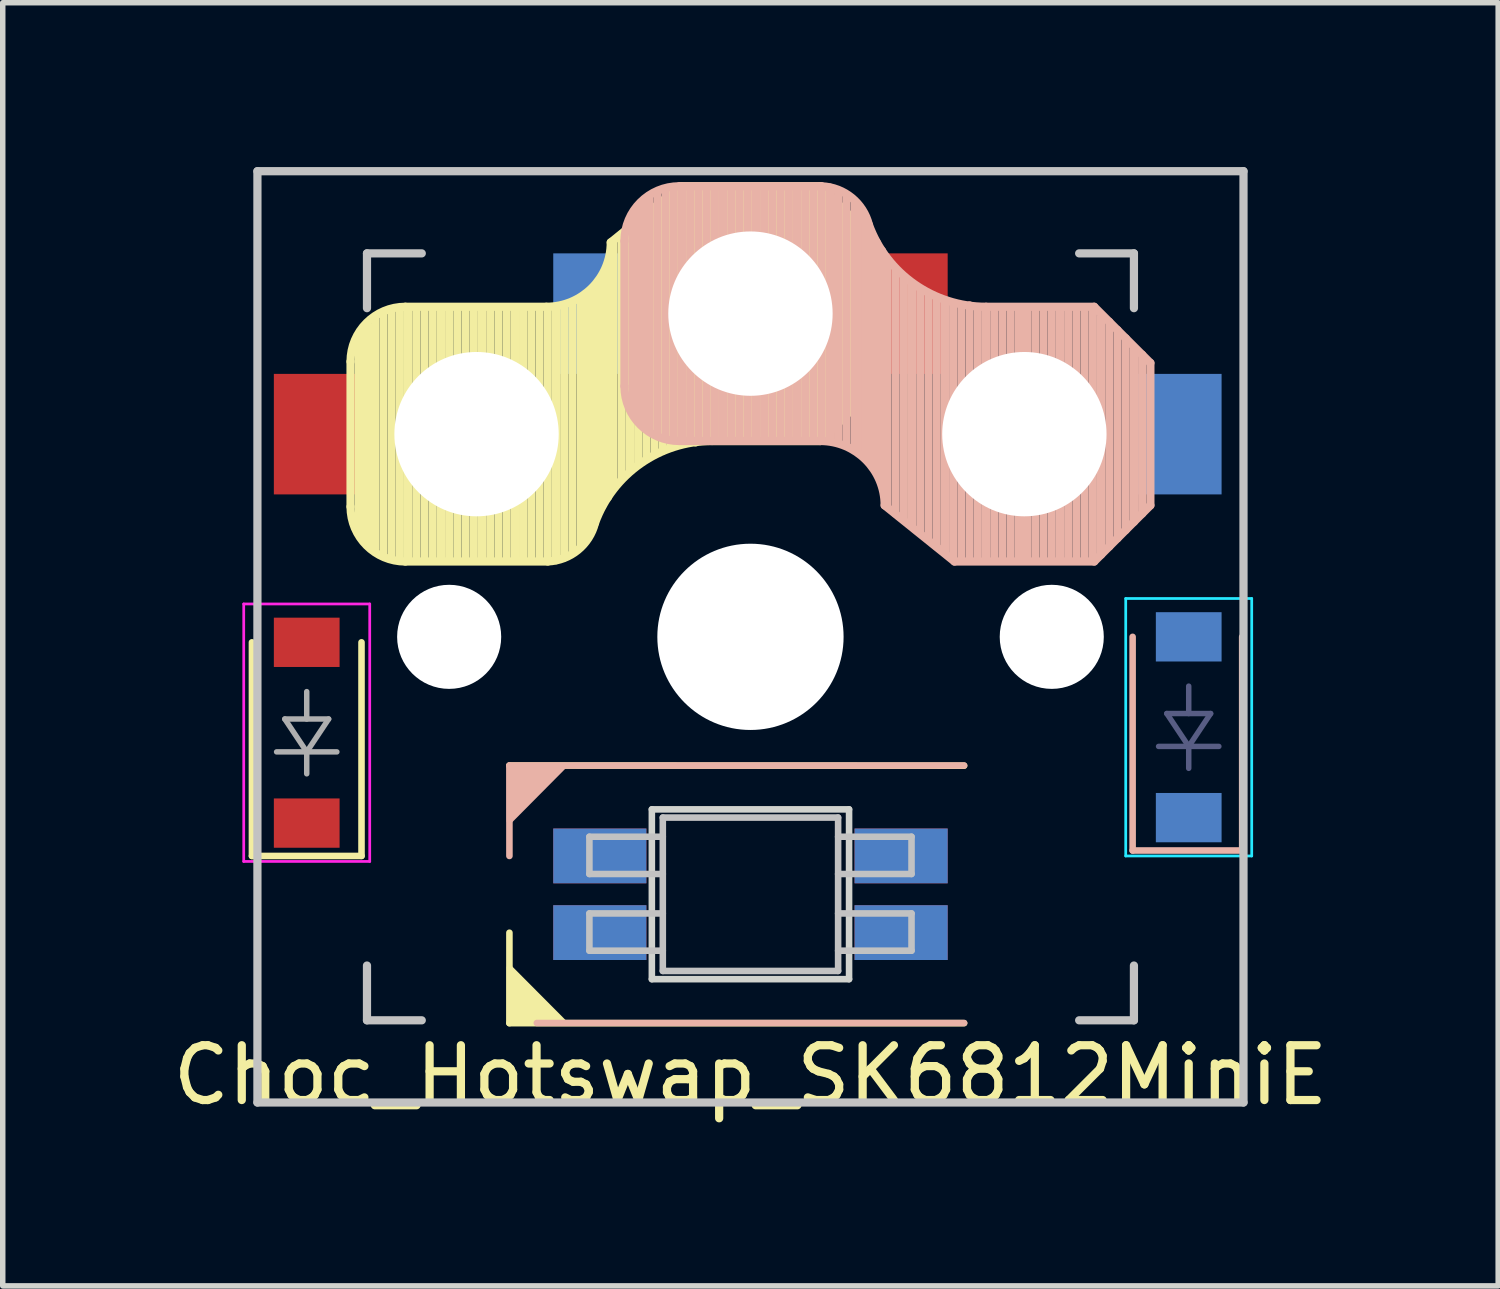
<source format=kicad_pcb>
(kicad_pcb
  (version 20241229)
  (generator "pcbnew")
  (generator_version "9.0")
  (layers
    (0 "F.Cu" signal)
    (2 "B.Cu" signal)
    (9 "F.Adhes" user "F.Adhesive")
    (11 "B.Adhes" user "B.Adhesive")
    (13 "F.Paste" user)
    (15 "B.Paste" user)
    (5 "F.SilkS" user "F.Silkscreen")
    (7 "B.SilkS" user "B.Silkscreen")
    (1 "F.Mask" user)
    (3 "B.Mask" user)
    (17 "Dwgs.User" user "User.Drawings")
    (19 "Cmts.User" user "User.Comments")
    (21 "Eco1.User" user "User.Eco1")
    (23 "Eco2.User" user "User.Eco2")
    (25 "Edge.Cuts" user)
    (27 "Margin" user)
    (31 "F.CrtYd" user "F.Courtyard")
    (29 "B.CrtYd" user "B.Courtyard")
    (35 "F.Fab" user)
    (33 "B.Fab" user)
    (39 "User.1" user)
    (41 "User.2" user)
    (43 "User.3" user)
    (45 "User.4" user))
  (footprint "Choc_Hotswap_SK6812MiniE"
    (layer "F.Cu")
    (at 10.649 8.575)
    (property "Reference" "Choc_Hotswap_SK6812MiniE" (at 0 8 180) (layer "F.SilkS") (effects (font (size 1 1) (thickness 0.15))))
    (attr through_hole)
    (fp_line (start -9.1 4) (end -9.1 0.1) (stroke (width 0.12) (type solid)) (layer "F.SilkS"))
    (fp_line (start -9.1 4) (end -7.1 4) (stroke (width 0.12) (type solid)) (layer "F.SilkS"))
    (fp_line (start -7.3 -5.025) (end -7.3 -2.375) (stroke (width 0.15) (type solid)) (layer "F.SilkS"))
    (fp_line (start -7.15 -1.95) (end -7.15 -5.5) (stroke (width 0.15) (type solid)) (layer "F.SilkS"))
    (fp_line (start -7.1 4) (end -7.1 0.1) (stroke (width 0.12) (type solid)) (layer "F.SilkS"))
    (fp_line (start -7.05 -1.8) (end -7.05 -5.55) (stroke (width 0.15) (type solid)) (layer "F.SilkS"))
    (fp_line (start -6.95 -1.7) (end -6.95 -5.65) (stroke (width 0.15) (type solid)) (layer "F.SilkS"))
    (fp_line (start -6.85 -1.6) (end -6.85 -5.8) (stroke (width 0.15) (type solid)) (layer "F.SilkS"))
    (fp_line (start -6.7 -1.5) (end -6.7 -5.9) (stroke (width 0.15) (type solid)) (layer "F.SilkS"))
    (fp_line (start -6.55 -1.45) (end -6.55 -5.95) (stroke (width 0.15) (type solid)) (layer "F.SilkS"))
    (fp_line (start -6.4 -1.4) (end -6.4 -5.95) (stroke (width 0.15) (type solid)) (layer "F.SilkS"))
    (fp_line (start -6.3 -6.025) (end -3.725 -6.025) (stroke (width 0.15) (type solid)) (layer "F.SilkS"))
    (fp_line (start -6.3 -1.375) (end -3.7 -1.375) (stroke (width 0.15) (type solid)) (layer "F.SilkS"))
    (fp_line (start -6.25 -1.4) (end -6.25 -6) (stroke (width 0.15) (type solid)) (layer "F.SilkS"))
    (fp_line (start -6.1 -1.4) (end -6.1 -6) (stroke (width 0.15) (type solid)) (layer "F.SilkS"))
    (fp_line (start -5.95 -1.4) (end -5.95 -6) (stroke (width 0.15) (type solid)) (layer "F.SilkS"))
    (fp_line (start -5.8 -1.4) (end -5.8 -6) (stroke (width 0.15) (type solid)) (layer "F.SilkS"))
    (fp_line (start -5.65 -1.4) (end -5.65 -6) (stroke (width 0.15) (type solid)) (layer "F.SilkS"))
    (fp_line (start -5.5 -1.4) (end -5.5 -6) (stroke (width 0.15) (type solid)) (layer "F.SilkS"))
    (fp_line (start -5.35 -1.4) (end -5.35 -6) (stroke (width 0.15) (type solid)) (layer "F.SilkS"))
    (fp_line (start -5.2 -1.4) (end -5.2 -6) (stroke (width 0.15) (type solid)) (layer "F.SilkS"))
    (fp_line (start -5.05 -1.4) (end -5.05 -6) (stroke (width 0.15) (type solid)) (layer "F.SilkS"))
    (fp_line (start -4.9 -1.4) (end -4.9 -6) (stroke (width 0.15) (type solid)) (layer "F.SilkS"))
    (fp_line (start -4.75 -1.4) (end -4.75 -6) (stroke (width 0.15) (type solid)) (layer "F.SilkS"))
    (fp_line (start -4.6 -1.4) (end -4.6 -6) (stroke (width 0.15) (type solid)) (layer "F.SilkS"))
    (fp_line (start -4.45 -1.4) (end -4.45 -6) (stroke (width 0.15) (type solid)) (layer "F.SilkS"))
    (fp_line (start -4.4 2.349) (end 3.9 2.352) (stroke (width 0.12) (type solid)) (layer "F.SilkS"))
    (fp_line (start -4.4 7.052) (end -4.4 5.401) (stroke (width 0.12) (type solid)) (layer "F.SilkS"))
    (fp_line (start -4.3 -1.4) (end -4.3 -6) (stroke (width 0.15) (type solid)) (layer "F.SilkS"))
    (fp_line (start -4.15 -1.4) (end -4.15 -6) (stroke (width 0.15) (type solid)) (layer "F.SilkS"))
    (fp_line (start -4 -1.4) (end -4 -6) (stroke (width 0.15) (type solid)) (layer "F.SilkS"))
    (fp_line (start -3.85 -1.4) (end -3.85 -5.95) (stroke (width 0.15) (type solid)) (layer "F.SilkS"))
    (fp_line (start -3.7 -1.4) (end -3.7 -6) (stroke (width 0.15) (type solid)) (layer "F.SilkS"))
    (fp_line (start -3.55 -1.4) (end -3.55 -6) (stroke (width 0.15) (type solid)) (layer "F.SilkS"))
    (fp_line (start -3.4 -1.45) (end -3.4 -6) (stroke (width 0.15) (type solid)) (layer "F.SilkS"))
    (fp_line (start -3.25 -1.55) (end -3.25 -6.1) (stroke (width 0.15) (type solid)) (layer "F.SilkS"))
    (fp_line (start -3.1 -1.65) (end -3.1 -6.15) (stroke (width 0.15) (type solid)) (layer "F.SilkS"))
    (fp_line (start -3 -1.8) (end -3 -6.2) (stroke (width 0.15) (type solid)) (layer "F.SilkS"))
    (fp_line (start -2.9 -2.05) (end -2.9 -6.25) (stroke (width 0.15) (type solid)) (layer "F.SilkS"))
    (fp_line (start -2.8 -2.2) (end -2.8 -6.35) (stroke (width 0.15) (type solid)) (layer "F.SilkS"))
    (fp_line (start -2.7 -2.4) (end -2.7 -6.55) (stroke (width 0.15) (type solid)) (layer "F.SilkS"))
    (fp_line (start -2.6 -2.55) (end -2.6 -6.7) (stroke (width 0.15) (type solid)) (layer "F.SilkS"))
    (fp_line (start -2.5 -2.75) (end -2.5 -7.2) (stroke (width 0.15) (type solid)) (layer "F.SilkS"))
    (fp_line (start -2.35 -2.9) (end -2.35 -7.35) (stroke (width 0.15) (type solid)) (layer "F.SilkS"))
    (fp_line (start -2.2 -3.05) (end -2.2 -7.45) (stroke (width 0.15) (type solid)) (layer "F.SilkS"))
    (fp_line (start -2.05 -3.15) (end -2.05 -7.55) (stroke (width 0.15) (type solid)) (layer "F.SilkS"))
    (fp_line (start -1.9 -3.25) (end -1.9 -7.7) (stroke (width 0.15) (type solid)) (layer "F.SilkS"))
    (fp_line (start -1.75 -3.35) (end -1.75 -7.8) (stroke (width 0.15) (type solid)) (layer "F.SilkS"))
    (fp_line (start -1.6 -3.4) (end -1.6 -7.95) (stroke (width 0.15) (type solid)) (layer "F.SilkS"))
    (fp_line (start -1.45 -3.5) (end -1.45 -8.05) (stroke (width 0.15) (type solid)) (layer "F.SilkS"))
    (fp_line (start -1.3 -3.55) (end -1.3 -8.15) (stroke (width 0.15) (type solid)) (layer "F.SilkS"))
    (fp_line (start -1.275 -8.225) (end -2.55 -7.2) (stroke (width 0.15) (type solid)) (layer "F.SilkS"))
    (fp_line (start -1.275 -8.225) (end 1.275 -8.225) (stroke (width 0.15) (type solid)) (layer "F.SilkS"))
    (fp_line (start -1.15 -3.55) (end -1.15 -8.2) (stroke (width 0.15) (type solid)) (layer "F.SilkS"))
    (fp_line (start -1 -3.55) (end -1 -8.2) (stroke (width 0.15) (type solid)) (layer "F.SilkS"))
    (fp_line (start -0.85 -3.6) (end -0.85 -8.15) (stroke (width 0.15) (type solid)) (layer "F.SilkS"))
    (fp_line (start -0.7 -3.6) (end -0.7 -8.2) (stroke (width 0.15) (type solid)) (layer "F.SilkS"))
    (fp_line (start -0.7 -3.575) (end 1.275 -3.575) (stroke (width 0.15) (type solid)) (layer "F.SilkS"))
    (fp_line (start -0.55 -3.6) (end -0.55 -8.2) (stroke (width 0.15) (type solid)) (layer "F.SilkS"))
    (fp_line (start -0.4 -3.6) (end -0.4 -8.2) (stroke (width 0.15) (type solid)) (layer "F.SilkS"))
    (fp_line (start -0.25 -3.6) (end -0.25 -8.2) (stroke (width 0.15) (type solid)) (layer "F.SilkS"))
    (fp_line (start -0.1 -3.6) (end -0.1 -8.2) (stroke (width 0.15) (type solid)) (layer "F.SilkS"))
    (fp_line (start 0.05 -3.6) (end 0.05 -8.2) (stroke (width 0.15) (type solid)) (layer "F.SilkS"))
    (fp_line (start 0.2 -3.6) (end 0.2 -8.2) (stroke (width 0.15) (type solid)) (layer "F.SilkS"))
    (fp_line (start 0.35 -3.6) (end 0.35 -8.2) (stroke (width 0.15) (type solid)) (layer "F.SilkS"))
    (fp_line (start 0.5 -3.6) (end 0.5 -8.2) (stroke (width 0.15) (type solid)) (layer "F.SilkS"))
    (fp_line (start 0.65 -3.6) (end 0.65 -8.2) (stroke (width 0.15) (type solid)) (layer "F.SilkS"))
    (fp_line (start 0.8 -3.6) (end 0.8 -8.2) (stroke (width 0.15) (type solid)) (layer "F.SilkS"))
    (fp_line (start 0.95 -3.6) (end 0.95 -8.2) (stroke (width 0.15) (type solid)) (layer "F.SilkS"))
    (fp_line (start 1.1 -3.6) (end 1.1 -8.2) (stroke (width 0.15) (type solid)) (layer "F.SilkS"))
    (fp_line (start 1.25 -3.6) (end 1.25 -8.2) (stroke (width 0.15) (type solid)) (layer "F.SilkS"))
    (fp_line (start 1.4 -3.75) (end 1.4 -8.1) (stroke (width 0.15) (type solid)) (layer "F.SilkS"))
    (fp_line (start 1.55 -3.85) (end 1.55 -7.95) (stroke (width 0.15) (type solid)) (layer "F.SilkS"))
    (fp_line (start 1.7 -4) (end 1.7 -7.8) (stroke (width 0.15) (type solid)) (layer "F.SilkS"))
    (fp_line (start 1.85 -4.15) (end 1.85 -7.65) (stroke (width 0.15) (type solid)) (layer "F.SilkS"))
    (fp_line (start 2 -4.35) (end 2 -7.5) (stroke (width 0.15) (type solid)) (layer "F.SilkS"))
    (fp_line (start 2.15 -4.45) (end 2.15 -7.35) (stroke (width 0.15) (type solid)) (layer "F.SilkS"))
    (fp_line (start 2.3 -7.2) (end 1.275 -8.225) (stroke (width 0.15) (type solid)) (layer "F.SilkS"))
    (fp_line (start 2.3 -7.2) (end 2.3 -4.6) (stroke (width 0.15) (type solid)) (layer "F.SilkS"))
    (fp_line (start 2.3 -4.6) (end 1.275 -3.575) (stroke (width 0.15) (type solid)) (layer "F.SilkS"))
    (fp_line (start 3.9 7.052) (end -4.4 7.052) (stroke (width 0.12) (type solid)) (layer "F.SilkS"))
    (fp_arc (start -7.3 -5.025) (mid -7.007107 -5.732107) (end -6.3 -6.025) (stroke (width 0.15) (type solid)) (layer "F.SilkS"))
    (fp_arc (start -6.3 -1.375) (mid -7.007107 -1.667893) (end -7.3 -2.375) (stroke (width 0.15) (type solid)) (layer "F.SilkS"))
    (fp_arc (start -2.837801 -2.078096) (mid -3.151716 -1.583979) (end -3.699005 -1.376209) (stroke (width 0.15) (type solid)) (layer "F.SilkS"))
    (fp_arc (start -2.837801 -2.078096) (mid -2.004887 -3.163571) (end -0.7 -3.575) (stroke (width 0.15) (type solid)) (layer "F.SilkS"))
    (fp_arc (start -2.55 -7.2) (mid -2.89415 -6.36915) (end -3.725 -6.025) (stroke (width 0.15) (type solid)) (layer "F.SilkS"))
    (fp_poly (pts (xy -3.392 7.049) (xy -4.4 7.052) (xy -4.4 6.036)) (stroke (width 0.1) (type solid)) (fill yes) (layer "F.SilkS"))
    (fp_line (start -4.4 2.349) (end -4.4 4) (stroke (width 0.12) (type solid)) (layer "B.SilkS"))
    (fp_line (start -3.9 7.049) (end 3.9 7.049) (stroke (width 0.12) (type solid)) (layer "B.SilkS"))
    (fp_line (start -2.3 -4.575) (end -2.3 -7.225) (stroke (width 0.15) (type solid)) (layer "B.SilkS"))
    (fp_line (start -2.15 -7.65) (end -2.15 -4.1) (stroke (width 0.15) (type solid)) (layer "B.SilkS"))
    (fp_line (start -2.05 -7.8) (end -2.05 -4.05) (stroke (width 0.15) (type solid)) (layer "B.SilkS"))
    (fp_line (start -1.95 -7.9) (end -1.95 -3.95) (stroke (width 0.15) (type solid)) (layer "B.SilkS"))
    (fp_line (start -1.85 -8) (end -1.85 -3.8) (stroke (width 0.15) (type solid)) (layer "B.SilkS"))
    (fp_line (start -1.7 -8.1) (end -1.7 -3.7) (stroke (width 0.15) (type solid)) (layer "B.SilkS"))
    (fp_line (start -1.55 -8.15) (end -1.55 -3.65) (stroke (width 0.15) (type solid)) (layer "B.SilkS"))
    (fp_line (start -1.4 -8.2) (end -1.4 -3.65) (stroke (width 0.15) (type solid)) (layer "B.SilkS"))
    (fp_line (start -1.3 -8.225) (end 1.3 -8.225) (stroke (width 0.15) (type solid)) (layer "B.SilkS"))
    (fp_line (start -1.3 -3.575) (end 1.275 -3.575) (stroke (width 0.15) (type solid)) (layer "B.SilkS"))
    (fp_line (start -1.25 -8.2) (end -1.25 -3.6) (stroke (width 0.15) (type solid)) (layer "B.SilkS"))
    (fp_line (start -1.1 -8.2) (end -1.1 -3.6) (stroke (width 0.15) (type solid)) (layer "B.SilkS"))
    (fp_line (start -0.95 -8.2) (end -0.95 -3.6) (stroke (width 0.15) (type solid)) (layer "B.SilkS"))
    (fp_line (start -0.8 -8.2) (end -0.8 -3.6) (stroke (width 0.15) (type solid)) (layer "B.SilkS"))
    (fp_line (start -0.65 -8.2) (end -0.65 -3.6) (stroke (width 0.15) (type solid)) (layer "B.SilkS"))
    (fp_line (start -0.5 -8.2) (end -0.5 -3.6) (stroke (width 0.15) (type solid)) (layer "B.SilkS"))
    (fp_line (start -0.35 -8.2) (end -0.35 -3.6) (stroke (width 0.15) (type solid)) (layer "B.SilkS"))
    (fp_line (start -0.2 -8.2) (end -0.2 -3.6) (stroke (width 0.15) (type solid)) (layer "B.SilkS"))
    (fp_line (start -0.05 -8.2) (end -0.05 -3.6) (stroke (width 0.15) (type solid)) (layer "B.SilkS"))
    (fp_line (start 0.1 -8.2) (end 0.1 -3.6) (stroke (width 0.15) (type solid)) (layer "B.SilkS"))
    (fp_line (start 0.25 -8.2) (end 0.25 -3.6) (stroke (width 0.15) (type solid)) (layer "B.SilkS"))
    (fp_line (start 0.4 -8.2) (end 0.4 -3.6) (stroke (width 0.15) (type solid)) (layer "B.SilkS"))
    (fp_line (start 0.55 -8.2) (end 0.55 -3.6) (stroke (width 0.15) (type solid)) (layer "B.SilkS"))
    (fp_line (start 0.7 -8.2) (end 0.7 -3.6) (stroke (width 0.15) (type solid)) (layer "B.SilkS"))
    (fp_line (start 0.85 -8.2) (end 0.85 -3.6) (stroke (width 0.15) (type solid)) (layer "B.SilkS"))
    (fp_line (start 1 -8.2) (end 1 -3.6) (stroke (width 0.15) (type solid)) (layer "B.SilkS"))
    (fp_line (start 1.15 -8.2) (end 1.15 -3.65) (stroke (width 0.15) (type solid)) (layer "B.SilkS"))
    (fp_line (start 1.3 -8.2) (end 1.3 -3.6) (stroke (width 0.15) (type solid)) (layer "B.SilkS"))
    (fp_line (start 1.45 -8.2) (end 1.45 -3.6) (stroke (width 0.15) (type solid)) (layer "B.SilkS"))
    (fp_line (start 1.6 -8.15) (end 1.6 -3.6) (stroke (width 0.15) (type solid)) (layer "B.SilkS"))
    (fp_line (start 1.75 -8.05) (end 1.75 -3.5) (stroke (width 0.15) (type solid)) (layer "B.SilkS"))
    (fp_line (start 1.9 -7.95) (end 1.9 -3.45) (stroke (width 0.15) (type solid)) (layer "B.SilkS"))
    (fp_line (start 2 -7.8) (end 2 -3.4) (stroke (width 0.15) (type solid)) (layer "B.SilkS"))
    (fp_line (start 2.1 -7.55) (end 2.1 -3.35) (stroke (width 0.15) (type solid)) (layer "B.SilkS"))
    (fp_line (start 2.2 -7.4) (end 2.2 -3.25) (stroke (width 0.15) (type solid)) (layer "B.SilkS"))
    (fp_line (start 2.3 -7.2) (end 2.3 -3.05) (stroke (width 0.15) (type solid)) (layer "B.SilkS"))
    (fp_line (start 2.4 -7.05) (end 2.4 -2.9) (stroke (width 0.15) (type solid)) (layer "B.SilkS"))
    (fp_line (start 2.5 -6.85) (end 2.5 -2.4) (stroke (width 0.15) (type solid)) (layer "B.SilkS"))
    (fp_line (start 2.65 -6.7) (end 2.65 -2.25) (stroke (width 0.15) (type solid)) (layer "B.SilkS"))
    (fp_line (start 2.8 -6.55) (end 2.8 -2.15) (stroke (width 0.15) (type solid)) (layer "B.SilkS"))
    (fp_line (start 2.95 -6.45) (end 2.95 -2.05) (stroke (width 0.15) (type solid)) (layer "B.SilkS"))
    (fp_line (start 3.1 -6.35) (end 3.1 -1.9) (stroke (width 0.15) (type solid)) (layer "B.SilkS"))
    (fp_line (start 3.25 -6.25) (end 3.25 -1.8) (stroke (width 0.15) (type solid)) (layer "B.SilkS"))
    (fp_line (start 3.4 -6.2) (end 3.4 -1.65) (stroke (width 0.15) (type solid)) (layer "B.SilkS"))
    (fp_line (start 3.55 -6.1) (end 3.55 -1.55) (stroke (width 0.15) (type solid)) (layer "B.SilkS"))
    (fp_line (start 3.7 -6.05) (end 3.7 -1.45) (stroke (width 0.15) (type solid)) (layer "B.SilkS"))
    (fp_line (start 3.725 -1.375) (end 2.45 -2.4) (stroke (width 0.15) (type solid)) (layer "B.SilkS"))
    (fp_line (start 3.725 -1.375) (end 6.275 -1.375) (stroke (width 0.15) (type solid)) (layer "B.SilkS"))
    (fp_line (start 3.85 -6.05) (end 3.85 -1.4) (stroke (width 0.15) (type solid)) (layer "B.SilkS"))
    (fp_line (start 3.9 2.349) (end -4.4 2.349) (stroke (width 0.12) (type solid)) (layer "B.SilkS"))
    (fp_line (start 4 -6.05) (end 4 -1.4) (stroke (width 0.15) (type solid)) (layer "B.SilkS"))
    (fp_line (start 4.15 -6) (end 4.15 -1.45) (stroke (width 0.15) (type solid)) (layer "B.SilkS"))
    (fp_line (start 4.3 -6.025) (end 6.275 -6.025) (stroke (width 0.15) (type solid)) (layer "B.SilkS"))
    (fp_line (start 4.3 -6) (end 4.3 -1.4) (stroke (width 0.15) (type solid)) (layer "B.SilkS"))
    (fp_line (start 4.45 -6) (end 4.45 -1.4) (stroke (width 0.15) (type solid)) (layer "B.SilkS"))
    (fp_line (start 4.6 -6) (end 4.6 -1.4) (stroke (width 0.15) (type solid)) (layer "B.SilkS"))
    (fp_line (start 4.75 -6) (end 4.75 -1.4) (stroke (width 0.15) (type solid)) (layer "B.SilkS"))
    (fp_line (start 4.9 -6) (end 4.9 -1.4) (stroke (width 0.15) (type solid)) (layer "B.SilkS"))
    (fp_line (start 5.05 -6) (end 5.05 -1.4) (stroke (width 0.15) (type solid)) (layer "B.SilkS"))
    (fp_line (start 5.2 -6) (end 5.2 -1.4) (stroke (width 0.15) (type solid)) (layer "B.SilkS"))
    (fp_line (start 5.35 -6) (end 5.35 -1.4) (stroke (width 0.15) (type solid)) (layer "B.SilkS"))
    (fp_line (start 5.5 -6) (end 5.5 -1.4) (stroke (width 0.15) (type solid)) (layer "B.SilkS"))
    (fp_line (start 5.65 -6) (end 5.65 -1.4) (stroke (width 0.15) (type solid)) (layer "B.SilkS"))
    (fp_line (start 5.8 -6) (end 5.8 -1.4) (stroke (width 0.15) (type solid)) (layer "B.SilkS"))
    (fp_line (start 5.95 -6) (end 5.95 -1.4) (stroke (width 0.15) (type solid)) (layer "B.SilkS"))
    (fp_line (start 6.1 -6) (end 6.1 -1.4) (stroke (width 0.15) (type solid)) (layer "B.SilkS"))
    (fp_line (start 6.25 -6) (end 6.25 -1.4) (stroke (width 0.15) (type solid)) (layer "B.SilkS"))
    (fp_line (start 6.4 -5.85) (end 6.4 -1.5) (stroke (width 0.15) (type solid)) (layer "B.SilkS"))
    (fp_line (start 6.55 -5.75) (end 6.55 -1.65) (stroke (width 0.15) (type solid)) (layer "B.SilkS"))
    (fp_line (start 6.7 -5.6) (end 6.7 -1.8) (stroke (width 0.15) (type solid)) (layer "B.SilkS"))
    (fp_line (start 6.85 -5.45) (end 6.85 -1.95) (stroke (width 0.15) (type solid)) (layer "B.SilkS"))
    (fp_line (start 6.976 3.9) (end 6.976 0) (stroke (width 0.12) (type solid)) (layer "B.SilkS"))
    (fp_line (start 7 -5.25) (end 7 -2.1) (stroke (width 0.15) (type solid)) (layer "B.SilkS"))
    (fp_line (start 7.15 -5.15) (end 7.15 -2.25) (stroke (width 0.15) (type solid)) (layer "B.SilkS"))
    (fp_line (start 7.3 -5) (end 6.275 -6.025) (stroke (width 0.15) (type solid)) (layer "B.SilkS"))
    (fp_line (start 7.3 -2.4) (end 6.275 -1.375) (stroke (width 0.15) (type solid)) (layer "B.SilkS"))
    (fp_line (start 7.3 -2.4) (end 7.3 -5) (stroke (width 0.15) (type solid)) (layer "B.SilkS"))
    (fp_line (start 8.976 3.9) (end 6.976 3.9) (stroke (width 0.12) (type solid)) (layer "B.SilkS"))
    (fp_line (start 8.976 3.9) (end 8.976 0) (stroke (width 0.12) (type solid)) (layer "B.SilkS"))
    (fp_arc (start -2.3 -7.225) (mid -2.007107 -7.932107) (end -1.3 -8.225) (stroke (width 0.15) (type solid)) (layer "B.SilkS"))
    (fp_arc (start -1.3 -3.575) (mid -2.007107 -3.867893) (end -2.3 -4.575) (stroke (width 0.15) (type solid)) (layer "B.SilkS"))
    (fp_arc (start 1.275 -3.575) (mid 2.10585 -3.23085) (end 2.45 -2.4) (stroke (width 0.15) (type solid)) (layer "B.SilkS"))
    (fp_arc (start 1.300995 -8.223791) (mid 1.848284 -8.016021) (end 2.162199 -7.521904) (stroke (width 0.15) (type solid)) (layer "B.SilkS"))
    (fp_arc (start 4.3 -6.025) (mid 2.995114 -6.436429) (end 2.162199 -7.521904) (stroke (width 0.15) (type solid)) (layer "B.SilkS"))
    (fp_poly (pts (xy -4.4 3.365) (xy -4.4 2.349) (xy -3.392 2.349)) (stroke (width 0.1) (type solid)) (fill yes) (layer "B.SilkS"))
    (fp_line (start -9 -8.5) (end 9 -8.5) (stroke (width 0.15) (type solid)) (layer "Dwgs.User"))
    (fp_line (start -9 8.5) (end -9 -8.5) (stroke (width 0.15) (type solid)) (layer "Dwgs.User"))
    (fp_line (start -7 -7) (end -7 -6) (stroke (width 0.15) (type solid)) (layer "Dwgs.User"))
    (fp_line (start -7 6) (end -7 7) (stroke (width 0.15) (type solid)) (layer "Dwgs.User"))
    (fp_line (start -7 7) (end -6 7) (stroke (width 0.15) (type solid)) (layer "Dwgs.User"))
    (fp_line (start -6 -7) (end -7 -7) (stroke (width 0.15) (type solid)) (layer "Dwgs.User"))
    (fp_line (start -2.94 3.649) (end -2.94 4.329) (stroke (width 0.12) (type solid)) (layer "Dwgs.User"))
    (fp_line (start -2.94 4.329) (end -1.6 4.329) (stroke (width 0.12) (type solid)) (layer "Dwgs.User"))
    (fp_line (start -2.94 5.049) (end -2.94 5.729) (stroke (width 0.12) (type solid)) (layer "Dwgs.User"))
    (fp_line (start -2.94 5.729) (end -1.6 5.729) (stroke (width 0.12) (type solid)) (layer "Dwgs.User"))
    (fp_line (start -1.6 3.299) (end -1.6 6.099) (stroke (width 0.12) (type solid)) (layer "Dwgs.User"))
    (fp_line (start -1.6 3.299) (end 1.6 3.299) (stroke (width 0.12) (type solid)) (layer "Dwgs.User"))
    (fp_line (start -1.6 3.649) (end -2.94 3.649) (stroke (width 0.12) (type solid)) (layer "Dwgs.User"))
    (fp_line (start -1.6 5.049) (end -2.94 5.049) (stroke (width 0.12) (type solid)) (layer "Dwgs.User"))
    (fp_line (start -1.6 6.099) (end 1.6 6.099) (stroke (width 0.12) (type solid)) (layer "Dwgs.User"))
    (fp_line (start 1.6 3.299) (end 1.6 6.099) (stroke (width 0.12) (type solid)) (layer "Dwgs.User"))
    (fp_line (start 1.6 4.329) (end 2.94 4.329) (stroke (width 0.12) (type solid)) (layer "Dwgs.User"))
    (fp_line (start 1.6 5.729) (end 2.94 5.729) (stroke (width 0.12) (type solid)) (layer "Dwgs.User"))
    (fp_line (start 2.94 3.649) (end 1.6 3.649) (stroke (width 0.12) (type solid)) (layer "Dwgs.User"))
    (fp_line (start 2.94 4.329) (end 2.94 3.649) (stroke (width 0.12) (type solid)) (layer "Dwgs.User"))
    (fp_line (start 2.94 5.049) (end 1.6 5.049) (stroke (width 0.12) (type solid)) (layer "Dwgs.User"))
    (fp_line (start 2.94 5.729) (end 2.94 5.049) (stroke (width 0.12) (type solid)) (layer "Dwgs.User"))
    (fp_line (start 6 -7) (end 7 -7) (stroke (width 0.15) (type solid)) (layer "Dwgs.User"))
    (fp_line (start 7 -7) (end 7 -6) (stroke (width 0.15) (type solid)) (layer "Dwgs.User"))
    (fp_line (start 7 6) (end 7 7) (stroke (width 0.15) (type solid)) (layer "Dwgs.User"))
    (fp_line (start 7 7) (end 6 7) (stroke (width 0.15) (type solid)) (layer "Dwgs.User"))
    (fp_line (start 9 -8.5) (end 9 8.5) (stroke (width 0.15) (type solid)) (layer "Dwgs.User"))
    (fp_line (start 9 8.5) (end -9 8.5) (stroke (width 0.15) (type solid)) (layer "Dwgs.User"))
    (fp_line (start -1.8 3.149) (end -1.8 6.249) (stroke (width 0.12) (type solid)) (layer "Edge.Cuts"))
    (fp_line (start -1.8 6.249) (end 1.8 6.249) (stroke (width 0.12) (type solid)) (layer "Edge.Cuts"))
    (fp_line (start 1.8 3.149) (end -1.8 3.149) (stroke (width 0.12) (type solid)) (layer "Edge.Cuts"))
    (fp_line (start 1.8 6.249) (end 1.8 3.149) (stroke (width 0.12) (type solid)) (layer "Edge.Cuts"))
    (fp_line (start 6.85 -0.7) (end 6.85 4) (stroke (width 0.05) (type solid)) (layer "B.CrtYd"))
    (fp_line (start 6.85 -0.7) (end 9.15 -0.7) (stroke (width 0.05) (type solid)) (layer "B.CrtYd"))
    (fp_line (start 6.85 4) (end 9.15 4) (stroke (width 0.05) (type solid)) (layer "B.CrtYd"))
    (fp_line (start 9.15 4) (end 9.15 -0.7) (stroke (width 0.05) (type solid)) (layer "B.CrtYd"))
    (fp_line (start -9.25 -0.6) (end -6.95 -0.6) (stroke (width 0.05) (type solid)) (layer "F.CrtYd"))
    (fp_line (start -9.25 4.1) (end -9.25 -0.6) (stroke (width 0.05) (type solid)) (layer "F.CrtYd"))
    (fp_line (start -9.25 4.1) (end -6.95 4.1) (stroke (width 0.05) (type solid)) (layer "F.CrtYd"))
    (fp_line (start -6.95 -0.6) (end -6.95 4.1) (stroke (width 0.05) (type solid)) (layer "F.CrtYd"))
    (fp_line (start 7.6 1.4) (end 8.4 1.4) (stroke (width 0.1) (type solid)) (layer "B.Fab"))
    (fp_line (start 8 1.4) (end 8 0.9) (stroke (width 0.1) (type solid)) (layer "B.Fab"))
    (fp_line (start 8 2) (end 7.45 2) (stroke (width 0.1) (type solid)) (layer "B.Fab"))
    (fp_line (start 8 2) (end 7.6 1.4) (stroke (width 0.1) (type solid)) (layer "B.Fab"))
    (fp_line (start 8 2) (end 8.55 2) (stroke (width 0.1) (type solid)) (layer "B.Fab"))
    (fp_line (start 8 2.4) (end 8 2) (stroke (width 0.1) (type solid)) (layer "B.Fab"))
    (fp_line (start 8.4 1.4) (end 8 2) (stroke (width 0.1) (type solid)) (layer "B.Fab"))
    (fp_line (start -8.5 1.5) (end -7.7 1.5) (stroke (width 0.1) (type solid)) (layer "F.Fab"))
    (fp_line (start -8.1 1.5) (end -8.1 1) (stroke (width 0.1) (type solid)) (layer "F.Fab"))
    (fp_line (start -8.1 2.1) (end -8.65 2.1) (stroke (width 0.1) (type solid)) (layer "F.Fab"))
    (fp_line (start -8.1 2.1) (end -8.5 1.5) (stroke (width 0.1) (type solid)) (layer "F.Fab"))
    (fp_line (start -8.1 2.1) (end -7.55 2.1) (stroke (width 0.1) (type solid)) (layer "F.Fab"))
    (fp_line (start -8.1 2.5) (end -8.1 2.1) (stroke (width 0.1) (type solid)) (layer "F.Fab"))
    (fp_line (start -7.7 1.5) (end -8.1 2.1) (stroke (width 0.1) (type solid)) (layer "F.Fab"))
    (pad "" np_thru_hole circle (at -5.5 0) (size 1.9 1.9) (drill 1.9) (layers "*.Cu" "*.Mask"))
    (pad "" np_thru_hole circle (at -5 -3.7 90) (size 3 3) (drill 3) (layers "*.Cu" "*.Mask"))
    (pad "" np_thru_hole circle (at 0 -5.9 270) (size 3 3) (drill 3) (layers "*.Cu" "*.Mask"))
    (pad "" np_thru_hole circle (at 0 0 270) (size 3.4 3.4) (drill 3.4) (layers "*.Cu" "*.Mask"))
    (pad "" np_thru_hole circle (at 5 -3.7 270) (size 3 3) (drill 3) (layers "*.Cu" "*.Mask"))
    (pad "" np_thru_hole circle (at 5.5 0) (size 1.9 1.9) (drill 1.9) (layers "*.Cu" "*.Mask"))
    (pad "1" smd rect (at 2.75 3.999) (size 1.7 1) (layers "F.Cu" "F.Mask" "F.Paste"))
    (pad "2" smd rect (at 2.75 5.399) (size 1.7 1) (layers "F.Cu" "F.Mask" "F.Paste"))
    (pad "3" smd rect (at -2.75 5.399) (size 1.7 1) (layers "F.Cu" "F.Mask" "F.Paste"))
    (pad "4" smd rect (at -2.75 3.999) (size 1.7 1) (layers "F.Cu" "F.Mask" "F.Paste"))
    (pad "5" smd rect (at 2.8 -5.9) (size 1.6 2.2) (layers "F.Cu" "F.Mask" "F.Paste"))
    (pad "6" smd rect (at -8.1 0.1 90) (size 0.9 1.2) (layers "F.Cu" "F.Mask" "F.Paste"))
    (pad "6" smd rect (at -7.9 -3.7) (size 1.6 2.2) (layers "F.Cu" "F.Mask" "F.Paste"))
    (pad "7" smd rect (at -8.1 3.4 90) (size 0.9 1.2) (layers "F.Cu" "F.Mask" "F.Paste"))
    (pad "8" smd rect (at 2.75 5.399) (size 1.7 1) (layers "B.Cu" "B.Mask" "B.Paste"))
    (pad "9" smd rect (at 2.75 3.999) (size 1.7 1) (layers "B.Cu" "B.Mask" "B.Paste"))
    (pad "10" smd rect (at -2.75 3.999) (size 1.7 1) (layers "B.Cu" "B.Mask" "B.Paste"))
    (pad "11" smd rect (at -2.75 5.399) (size 1.7 1) (layers "B.Cu" "B.Mask" "B.Paste"))
    (pad "12" smd rect (at -2.8 -5.9) (size 1.6 2.2) (layers "B.Cu" "B.Mask" "B.Paste"))
    (pad "13" smd rect (at 7.8 -3.7) (size 1.6 2.2) (layers "B.Cu" "B.Mask" "B.Paste"))
    (pad "13" smd rect (at 8 0 90) (size 0.9 1.2) (layers "B.Cu" "B.Mask" "B.Paste"))
    (pad "14" smd rect (at 8 3.3 90) (size 0.9 1.2) (layers "B.Cu" "B.Mask" "B.Paste")))
  (gr_rect
    (start -3 -3)
    (end 24.298 20.423)
    (stroke (width 0.1) (type default))
    (fill no)
    (layer "Edge.Cuts")))
</source>
